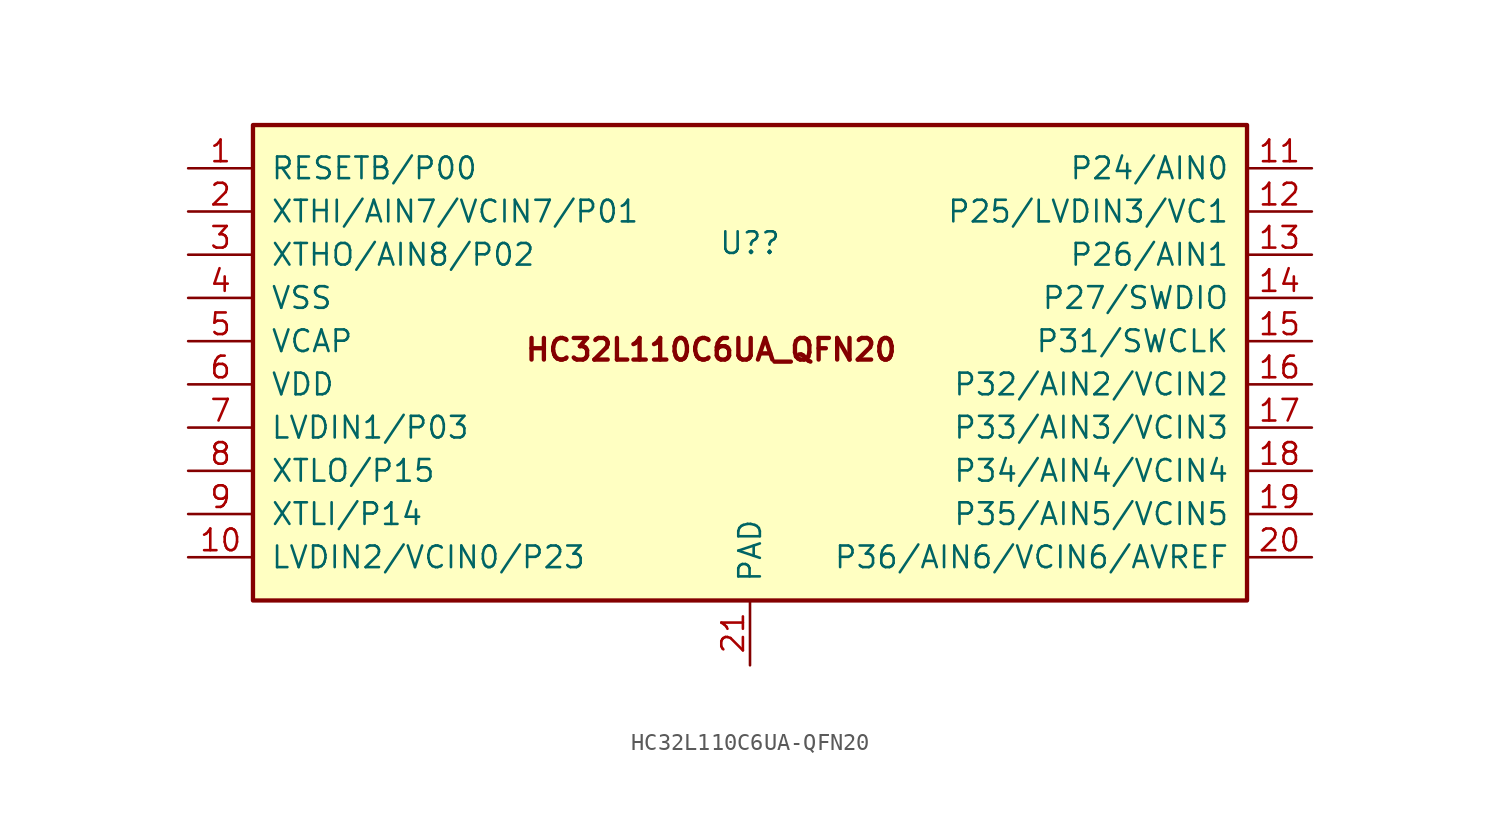
<source format=kicad_sym>
(kicad_symbol_lib
  (version 20241209)
  (generator "kicad_symbol_editor")
  (generator_version "9.0")
  (symbol "HC32L110C6UA-QFN20"
    (pin_names
      (offset 1.014))
    (property "Reference" "U?"
      (at 0 7.036 0)
      (effects (font (size 1.27 1.27))))
    (symbol "HC32L110C6UA-QFN20_1_1"
      (rectangle (start -29.21 13.97) (end 29.21 -13.97) (stroke (width 0.254) (type default)) (fill (type background)))
      (text "HC32L110C6UA_QFN20" (at -2.286 0.762 0) (effects (font (size 1.27 1.27) (thickness 0.254) (bold yes))))
      (pin input line (at -33.02 11.43 0) (length 3.81) (name "RESETB/P00" (effects (font (size 1.27 1.27)))) (number "1" (effects (font (size 1.27 1.27)))))
      (pin bidirectional line (at -33.02 8.89 0) (length 3.81) (name "XTHI/AIN7/VCIN7/P01" (effects (font (size 1.27 1.27)))) (number "2" (effects (font (size 1.27 1.27)))))
      (pin bidirectional line (at -33.02 6.35 0) (length 3.81) (name "XTHO/AIN8/P02" (effects (font (size 1.27 1.27)))) (number "3" (effects (font (size 1.27 1.27)))))
      (pin power_in line (at -33.02 3.81 0) (length 3.81) (name "VSS" (effects (font (size 1.27 1.27)))) (number "4" (effects (font (size 1.27 1.27)))))
      (pin passive line (at -33.02 1.27 0) (length 3.81) (name "VCAP" (effects (font (size 1.27 1.27)))) (number "5" (effects (font (size 1.27 1.27)))))
      (pin power_in line (at -33.02 -1.27 0) (length 3.81) (name "VDD" (effects (font (size 1.27 1.27)))) (number "6" (effects (font (size 1.27 1.27)))))
      (pin bidirectional line (at -33.02 -3.81 0) (length 3.81) (name "LVDIN1/P03" (effects (font (size 1.27 1.27)))) (number "7" (effects (font (size 1.27 1.27)))))
      (pin bidirectional line (at -33.02 -6.35 0) (length 3.81) (name "XTLO/P15" (effects (font (size 1.27 1.27)))) (number "8" (effects (font (size 1.27 1.27)))))
      (pin bidirectional line (at -33.02 -8.89 0) (length 3.81) (name "XTLI/P14" (effects (font (size 1.27 1.27)))) (number "9" (effects (font (size 1.27 1.27)))))
      (pin bidirectional line (at -33.02 -11.43 0) (length 3.81) (name "LVDIN2/VCIN0/P23" (effects (font (size 1.27 1.27)))) (number "10" (effects (font (size 1.27 1.27)))))
      (pin power_in line (at 0 -17.78 90) (length 3.81) (name "PAD" (effects (font (size 1.27 1.27)))) (number "21" (effects (font (size 1.27 1.27)))))
      (pin bidirectional line (at 33.02 11.43 180) (length 3.81) (name "P24/AIN0" (effects (font (size 1.27 1.27)))) (number "11" (effects (font (size 1.27 1.27)))))
      (pin bidirectional line (at 33.02 8.89 180) (length 3.81) (name "P25/LVDIN3/VC1" (effects (font (size 1.27 1.27)))) (number "12" (effects (font (size 1.27 1.27)))))
      (pin bidirectional line (at 33.02 6.35 180) (length 3.81) (name "P26/AIN1" (effects (font (size 1.27 1.27)))) (number "13" (effects (font (size 1.27 1.27)))))
      (pin bidirectional line (at 33.02 3.81 180) (length 3.81) (name "P27/SWDIO" (effects (font (size 1.27 1.27)))) (number "14" (effects (font (size 1.27 1.27)))))
      (pin input line (at 33.02 1.27 180) (length 3.81) (name "P31/SWCLK" (effects (font (size 1.27 1.27)))) (number "15" (effects (font (size 1.27 1.27)))))
      (pin bidirectional line (at 33.02 -1.27 180) (length 3.81) (name "P32/AIN2/VCIN2" (effects (font (size 1.27 1.27)))) (number "16" (effects (font (size 1.27 1.27)))))
      (pin bidirectional line (at 33.02 -3.81 180) (length 3.81) (name "P33/AIN3/VCIN3" (effects (font (size 1.27 1.27)))) (number "17" (effects (font (size 1.27 1.27)))))
      (pin bidirectional line (at 33.02 -6.35 180) (length 3.81) (name "P34/AIN4/VCIN4" (effects (font (size 1.27 1.27)))) (number "18" (effects (font (size 1.27 1.27)))))
      (pin bidirectional line (at 33.02 -8.89 180) (length 3.81) (name "P35/AIN5/VCIN5" (effects (font (size 1.27 1.27)))) (number "19" (effects (font (size 1.27 1.27)))))
      (pin bidirectional line (at 33.02 -11.43 180) (length 3.81) (name "P36/AIN6/VCIN6/AVREF" (effects (font (size 1.27 1.27)))) (number "20" (effects (font (size 1.27 1.27))))))))
</source>
